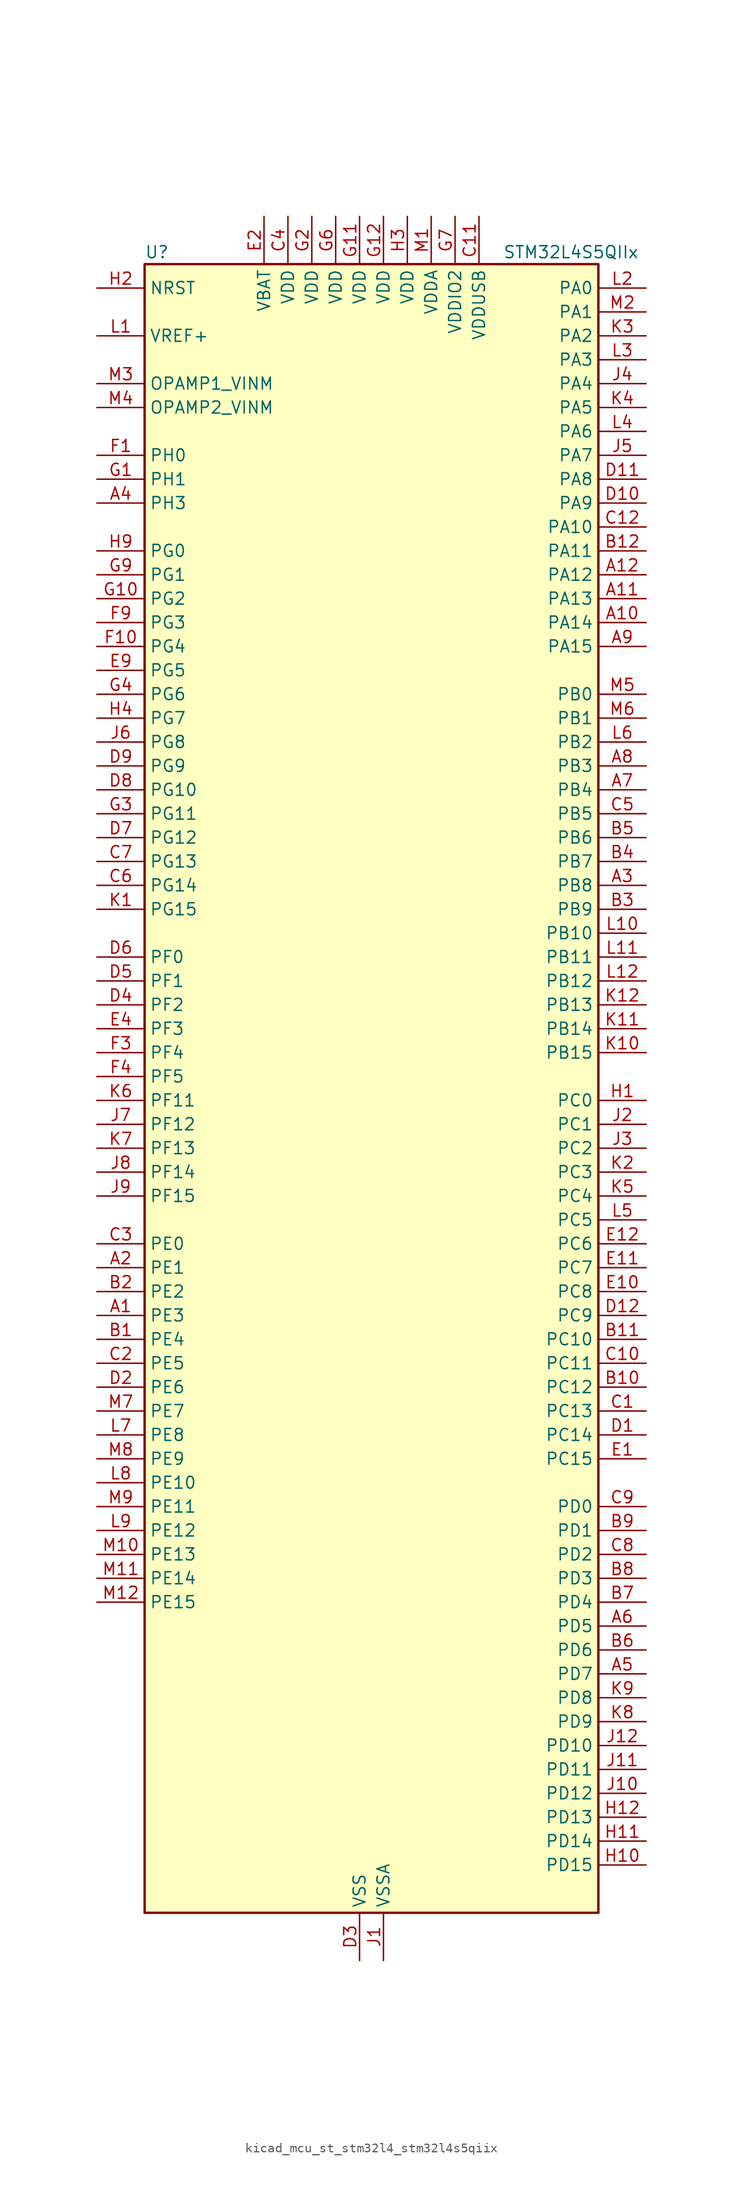
<source format=kicad_sym>
(kicad_symbol_lib
  (version 20220914)
  (generator kicad_symbol_editor)
  (symbol "kicad_mcu_st_stm32l4_stm32l4s5qiix"
    (property "Reference" "U"
      (at -22.86 90.17 0)
      (effects (font (size 1.27 1.27)) (justify left)))
    (property "Value" "STM32L4S5QIIx"
      (at 15.24 90.17 0)
      (effects (font (size 1.27 1.27)) (justify left)))
    (property "ki_locked" ""
      (at 0 0 0)
      (effects (font (size 1.27 1.27))))
    (symbol "kicad_mcu_st_stm32l4_stm32l4s5qiix_0_1"
      (rectangle (start -22.86 -86.36) (end 25.4 88.9) (stroke (width 0.254) (type default)) (fill (type background))))
    (symbol "kicad_mcu_st_stm32l4_stm32l4s5qiix_1_1"
      (pin bidirectional line (at -27.94 -22.86 0) (length 5.08) (name "PE3" (effects (font (size 1.27 1.27)))) (number "A1" (effects (font (size 1.27 1.27)))) (alternate "FMC_A19" bidirectional line) (alternate "OCTOSPIM_P1_DQS" bidirectional line) (alternate "SAI1_SD_B" bidirectional line) (alternate "SYS_TRACED0" bidirectional line) (alternate "TIM3_CH1" bidirectional line) (alternate "TSC_G7_IO2" bidirectional line))
      (pin bidirectional line (at 30.48 50.8 180) (length 5.08) (name "PA14" (effects (font (size 1.27 1.27)))) (number "A10" (effects (font (size 1.27 1.27)))) (alternate "I2C1_SMBA" bidirectional line) (alternate "I2C4_SMBA" bidirectional line) (alternate "LPTIM1_OUT" bidirectional line) (alternate "SAI1_FS_B" bidirectional line) (alternate "SYS_JTCK-SWCLK" bidirectional line) (alternate "USB_OTG_FS_SOF" bidirectional line))
      (pin bidirectional line (at 30.48 53.34 180) (length 5.08) (name "PA13" (effects (font (size 1.27 1.27)))) (number "A11" (effects (font (size 1.27 1.27)))) (alternate "IR_OUT" bidirectional line) (alternate "SAI1_SD_B" bidirectional line) (alternate "SYS_JTMS-SWDIO" bidirectional line) (alternate "USB_OTG_FS_NOE" bidirectional line))
      (pin bidirectional line (at 30.48 55.88 180) (length 5.08) (name "PA12" (effects (font (size 1.27 1.27)))) (number "A12" (effects (font (size 1.27 1.27)))) (alternate "CAN1_TX" bidirectional line) (alternate "SPI1_MOSI" bidirectional line) (alternate "TIM1_ETR" bidirectional line) (alternate "USART1_DE" bidirectional line) (alternate "USART1_RTS" bidirectional line) (alternate "USB_OTG_FS_DP" bidirectional line))
      (pin bidirectional line (at -27.94 -17.78 0) (length 5.08) (name "PE1" (effects (font (size 1.27 1.27)))) (number "A2" (effects (font (size 1.27 1.27)))) (alternate "DCMI_D3" bidirectional line) (alternate "FMC_NBL1" bidirectional line) (alternate "TIM17_CH1" bidirectional line))
      (pin bidirectional line (at 30.48 22.86 180) (length 5.08) (name "PB8" (effects (font (size 1.27 1.27)))) (number "A3" (effects (font (size 1.27 1.27)))) (alternate "CAN1_RX" bidirectional line) (alternate "DCMI_D6" bidirectional line) (alternate "DFSDM1_CKOUT" bidirectional line) (alternate "DFSDM1_DATIN6" bidirectional line) (alternate "I2C1_SCL" bidirectional line) (alternate "SAI1_CK1" bidirectional line) (alternate "SAI1_MCLK_A" bidirectional line) (alternate "SDMMC1_CKIN" bidirectional line) (alternate "SDMMC1_D4" bidirectional line) (alternate "TIM16_CH1" bidirectional line) (alternate "TIM4_CH3" bidirectional line))
      (pin bidirectional line (at -27.94 63.5 0) (length 5.08) (name "PH3" (effects (font (size 1.27 1.27)))) (number "A4" (effects (font (size 1.27 1.27)))))
      (pin bidirectional line (at 30.48 -60.96 180) (length 5.08) (name "PD7" (effects (font (size 1.27 1.27)))) (number "A5" (effects (font (size 1.27 1.27)))) (alternate "DFSDM1_CKIN1" bidirectional line) (alternate "FMC_NCE" bidirectional line) (alternate "FMC_NE1" bidirectional line) (alternate "OCTOSPIM_P1_IO7" bidirectional line) (alternate "USART2_CK" bidirectional line))
      (pin bidirectional line (at 30.48 -55.88 180) (length 5.08) (name "PD5" (effects (font (size 1.27 1.27)))) (number "A6" (effects (font (size 1.27 1.27)))) (alternate "FMC_NWE" bidirectional line) (alternate "OCTOSPIM_P1_IO5" bidirectional line) (alternate "USART2_TX" bidirectional line))
      (pin bidirectional line (at 30.48 33.02 180) (length 5.08) (name "PB4" (effects (font (size 1.27 1.27)))) (number "A7" (effects (font (size 1.27 1.27)))) (alternate "COMP2_INP" bidirectional line) (alternate "DCMI_D12" bidirectional line) (alternate "I2C3_SDA" bidirectional line) (alternate "SAI1_MCLK_B" bidirectional line) (alternate "SPI1_MISO" bidirectional line) (alternate "SPI3_MISO" bidirectional line) (alternate "SYS_JTRST" bidirectional line) (alternate "TIM17_BKIN" bidirectional line) (alternate "TIM3_CH1" bidirectional line) (alternate "TSC_G2_IO1" bidirectional line) (alternate "UART5_DE" bidirectional line) (alternate "UART5_RTS" bidirectional line) (alternate "USART1_CTS" bidirectional line) (alternate "USART1_NSS" bidirectional line))
      (pin bidirectional line (at 30.48 35.56 180) (length 5.08) (name "PB3" (effects (font (size 1.27 1.27)))) (number "A8" (effects (font (size 1.27 1.27)))) (alternate "COMP2_INM" bidirectional line) (alternate "CRS_SYNC" bidirectional line) (alternate "SAI1_SCK_B" bidirectional line) (alternate "SPI1_SCK" bidirectional line) (alternate "SPI3_SCK" bidirectional line) (alternate "SYS_JTDO-SWO" bidirectional line) (alternate "TIM2_CH2" bidirectional line) (alternate "USART1_DE" bidirectional line) (alternate "USART1_RTS" bidirectional line))
      (pin bidirectional line (at 30.48 48.26 180) (length 5.08) (name "PA15" (effects (font (size 1.27 1.27)))) (number "A9" (effects (font (size 1.27 1.27)))) (alternate "ADC1_EXTI15" bidirectional line) (alternate "SAI2_FS_B" bidirectional line) (alternate "SPI1_NSS" bidirectional line) (alternate "SPI3_NSS" bidirectional line) (alternate "SYS_JTDI" bidirectional line) (alternate "TIM2_CH1" bidirectional line) (alternate "TIM2_ETR" bidirectional line) (alternate "TSC_G3_IO1" bidirectional line) (alternate "UART4_DE" bidirectional line) (alternate "UART4_RTS" bidirectional line) (alternate "USART2_RX" bidirectional line) (alternate "USART3_DE" bidirectional line) (alternate "USART3_RTS" bidirectional line))
      (pin bidirectional line (at -27.94 -25.4 0) (length 5.08) (name "PE4" (effects (font (size 1.27 1.27)))) (number "B1" (effects (font (size 1.27 1.27)))) (alternate "DCMI_D4" bidirectional line) (alternate "DFSDM1_DATIN3" bidirectional line) (alternate "FMC_A20" bidirectional line) (alternate "SAI1_D2" bidirectional line) (alternate "SAI1_FS_A" bidirectional line) (alternate "SYS_TRACED1" bidirectional line) (alternate "TIM3_CH2" bidirectional line) (alternate "TSC_G7_IO3" bidirectional line))
      (pin bidirectional line (at 30.48 -30.48 180) (length 5.08) (name "PC12" (effects (font (size 1.27 1.27)))) (number "B10" (effects (font (size 1.27 1.27)))) (alternate "DCMI_D9" bidirectional line) (alternate "SAI2_SD_B" bidirectional line) (alternate "SDMMC1_CK" bidirectional line) (alternate "SPI3_MOSI" bidirectional line) (alternate "SYS_TRACED3" bidirectional line) (alternate "TSC_G3_IO4" bidirectional line) (alternate "UART5_TX" bidirectional line) (alternate "USART3_CK" bidirectional line))
      (pin bidirectional line (at 30.48 -25.4 180) (length 5.08) (name "PC10" (effects (font (size 1.27 1.27)))) (number "B11" (effects (font (size 1.27 1.27)))) (alternate "DCMI_D8" bidirectional line) (alternate "SAI2_SCK_B" bidirectional line) (alternate "SDMMC1_D2" bidirectional line) (alternate "SPI3_SCK" bidirectional line) (alternate "SYS_TRACED1" bidirectional line) (alternate "TSC_G3_IO2" bidirectional line) (alternate "UART4_TX" bidirectional line) (alternate "USART3_TX" bidirectional line))
      (pin bidirectional line (at 30.48 58.42 180) (length 5.08) (name "PA11" (effects (font (size 1.27 1.27)))) (number "B12" (effects (font (size 1.27 1.27)))) (alternate "ADC1_EXTI11" bidirectional line) (alternate "CAN1_RX" bidirectional line) (alternate "SPI1_MISO" bidirectional line) (alternate "TIM1_BKIN2" bidirectional line) (alternate "TIM1_CH4" bidirectional line) (alternate "USART1_CTS" bidirectional line) (alternate "USART1_NSS" bidirectional line) (alternate "USB_OTG_FS_DM" bidirectional line))
      (pin bidirectional line (at -27.94 -20.32 0) (length 5.08) (name "PE2" (effects (font (size 1.27 1.27)))) (number "B2" (effects (font (size 1.27 1.27)))) (alternate "FMC_A23" bidirectional line) (alternate "SAI1_CK1" bidirectional line) (alternate "SAI1_MCLK_A" bidirectional line) (alternate "SYS_TRACECLK" bidirectional line) (alternate "TIM3_ETR" bidirectional line) (alternate "TSC_G7_IO1" bidirectional line))
      (pin bidirectional line (at 30.48 20.32 180) (length 5.08) (name "PB9" (effects (font (size 1.27 1.27)))) (number "B3" (effects (font (size 1.27 1.27)))) (alternate "CAN1_TX" bidirectional line) (alternate "DAC1_EXTI9" bidirectional line) (alternate "DCMI_D7" bidirectional line) (alternate "DFSDM1_CKIN6" bidirectional line) (alternate "I2C1_SDA" bidirectional line) (alternate "IR_OUT" bidirectional line) (alternate "SAI1_D2" bidirectional line) (alternate "SAI1_FS_A" bidirectional line) (alternate "SDMMC1_CDIR" bidirectional line) (alternate "SDMMC1_D5" bidirectional line) (alternate "SPI2_NSS" bidirectional line) (alternate "TIM17_CH1" bidirectional line) (alternate "TIM4_CH4" bidirectional line))
      (pin bidirectional line (at 30.48 25.4 180) (length 5.08) (name "PB7" (effects (font (size 1.27 1.27)))) (number "B4" (effects (font (size 1.27 1.27)))) (alternate "COMP2_INM" bidirectional line) (alternate "DCMI_VSYNC" bidirectional line) (alternate "DFSDM1_CKIN5" bidirectional line) (alternate "FMC_NL" bidirectional line) (alternate "I2C1_SDA" bidirectional line) (alternate "I2C4_SDA" bidirectional line) (alternate "LPTIM1_IN2" bidirectional line) (alternate "SYS_PVD_IN" bidirectional line) (alternate "TIM17_CH1N" bidirectional line) (alternate "TIM4_CH2" bidirectional line) (alternate "TIM8_BKIN" bidirectional line) (alternate "TSC_G2_IO4" bidirectional line) (alternate "UART4_CTS" bidirectional line) (alternate "USART1_RX" bidirectional line))
      (pin bidirectional line (at 30.48 27.94 180) (length 5.08) (name "PB6" (effects (font (size 1.27 1.27)))) (number "B5" (effects (font (size 1.27 1.27)))) (alternate "COMP2_INP" bidirectional line) (alternate "DCMI_D5" bidirectional line) (alternate "DFSDM1_DATIN5" bidirectional line) (alternate "I2C1_SCL" bidirectional line) (alternate "I2C4_SCL" bidirectional line) (alternate "LPTIM1_ETR" bidirectional line) (alternate "SAI1_FS_B" bidirectional line) (alternate "TIM16_CH1N" bidirectional line) (alternate "TIM4_CH1" bidirectional line) (alternate "TIM8_BKIN2" bidirectional line) (alternate "TSC_G2_IO3" bidirectional line) (alternate "USART1_TX" bidirectional line))
      (pin bidirectional line (at 30.48 -58.42 180) (length 5.08) (name "PD6" (effects (font (size 1.27 1.27)))) (number "B6" (effects (font (size 1.27 1.27)))) (alternate "DCMI_D10" bidirectional line) (alternate "DFSDM1_DATIN1" bidirectional line) (alternate "FMC_NWAIT" bidirectional line) (alternate "OCTOSPIM_P1_IO6" bidirectional line) (alternate "SAI1_D1" bidirectional line) (alternate "SAI1_SD_A" bidirectional line) (alternate "SPI3_MOSI" bidirectional line) (alternate "USART2_RX" bidirectional line))
      (pin bidirectional line (at 30.48 -53.34 180) (length 5.08) (name "PD4" (effects (font (size 1.27 1.27)))) (number "B7" (effects (font (size 1.27 1.27)))) (alternate "DFSDM1_CKIN0" bidirectional line) (alternate "FMC_NOE" bidirectional line) (alternate "OCTOSPIM_P1_IO4" bidirectional line) (alternate "SPI2_MOSI" bidirectional line) (alternate "USART2_DE" bidirectional line) (alternate "USART2_RTS" bidirectional line))
      (pin bidirectional line (at 30.48 -50.8 180) (length 5.08) (name "PD3" (effects (font (size 1.27 1.27)))) (number "B8" (effects (font (size 1.27 1.27)))) (alternate "DCMI_D5" bidirectional line) (alternate "DFSDM1_DATIN0" bidirectional line) (alternate "FMC_CLK" bidirectional line) (alternate "OCTOSPIM_P2_NCS" bidirectional line) (alternate "SPI2_MISO" bidirectional line) (alternate "SPI2_SCK" bidirectional line) (alternate "USART2_CTS" bidirectional line) (alternate "USART2_NSS" bidirectional line))
      (pin bidirectional line (at 30.48 -45.72 180) (length 5.08) (name "PD1" (effects (font (size 1.27 1.27)))) (number "B9" (effects (font (size 1.27 1.27)))) (alternate "CAN1_TX" bidirectional line) (alternate "DFSDM1_CKIN7" bidirectional line) (alternate "FMC_D3" bidirectional line) (alternate "FMC_DA3" bidirectional line) (alternate "SPI2_SCK" bidirectional line))
      (pin bidirectional line (at 30.48 -33.02 180) (length 5.08) (name "PC13" (effects (font (size 1.27 1.27)))) (number "C1" (effects (font (size 1.27 1.27)))) (alternate "RTC_OUT_ALARM" bidirectional line) (alternate "RTC_OUT_CALIB" bidirectional line) (alternate "RTC_TAMP1" bidirectional line) (alternate "RTC_TS" bidirectional line) (alternate "SYS_WKUP2" bidirectional line))
      (pin bidirectional line (at 30.48 -27.94 180) (length 5.08) (name "PC11" (effects (font (size 1.27 1.27)))) (number "C10" (effects (font (size 1.27 1.27)))) (alternate "ADC1_EXTI11" bidirectional line) (alternate "DCMI_D2" bidirectional line) (alternate "DCMI_D4" bidirectional line) (alternate "OCTOSPIM_P1_NCS" bidirectional line) (alternate "SAI2_MCLK_B" bidirectional line) (alternate "SDMMC1_D3" bidirectional line) (alternate "SPI3_MISO" bidirectional line) (alternate "TSC_G3_IO3" bidirectional line) (alternate "UART4_RX" bidirectional line) (alternate "USART3_RX" bidirectional line))
      (pin power_in line (at 12.7 93.98 270) (length 5.08) (name "VDDUSB" (effects (font (size 1.27 1.27)))) (number "C11" (effects (font (size 1.27 1.27)))))
      (pin bidirectional line (at 30.48 60.96 180) (length 5.08) (name "PA10" (effects (font (size 1.27 1.27)))) (number "C12" (effects (font (size 1.27 1.27)))) (alternate "DCMI_D1" bidirectional line) (alternate "SAI1_D1" bidirectional line) (alternate "SAI1_SD_A" bidirectional line) (alternate "TIM17_BKIN" bidirectional line) (alternate "TIM1_CH3" bidirectional line) (alternate "USART1_RX" bidirectional line) (alternate "USB_OTG_FS_ID" bidirectional line))
      (pin bidirectional line (at -27.94 -27.94 0) (length 5.08) (name "PE5" (effects (font (size 1.27 1.27)))) (number "C2" (effects (font (size 1.27 1.27)))) (alternate "DCMI_D6" bidirectional line) (alternate "DFSDM1_CKIN3" bidirectional line) (alternate "FMC_A21" bidirectional line) (alternate "SAI1_CK2" bidirectional line) (alternate "SAI1_SCK_A" bidirectional line) (alternate "SYS_TRACED2" bidirectional line) (alternate "TIM3_CH3" bidirectional line) (alternate "TSC_G7_IO4" bidirectional line))
      (pin bidirectional line (at -27.94 -15.24 0) (length 5.08) (name "PE0" (effects (font (size 1.27 1.27)))) (number "C3" (effects (font (size 1.27 1.27)))) (alternate "DCMI_D2" bidirectional line) (alternate "FMC_NBL0" bidirectional line) (alternate "TIM16_CH1" bidirectional line) (alternate "TIM4_ETR" bidirectional line))
      (pin power_in line (at -7.62 93.98 270) (length 5.08) (name "VDD" (effects (font (size 1.27 1.27)))) (number "C4" (effects (font (size 1.27 1.27)))))
      (pin bidirectional line (at 30.48 30.48 180) (length 5.08) (name "PB5" (effects (font (size 1.27 1.27)))) (number "C5" (effects (font (size 1.27 1.27)))) (alternate "COMP2_OUT" bidirectional line) (alternate "DCMI_D10" bidirectional line) (alternate "I2C1_SMBA" bidirectional line) (alternate "LPTIM1_IN1" bidirectional line) (alternate "SAI1_SD_B" bidirectional line) (alternate "SPI1_MOSI" bidirectional line) (alternate "SPI3_MOSI" bidirectional line) (alternate "TIM16_BKIN" bidirectional line) (alternate "TIM3_CH2" bidirectional line) (alternate "TSC_G2_IO2" bidirectional line) (alternate "UART5_CTS" bidirectional line) (alternate "USART1_CK" bidirectional line))
      (pin bidirectional line (at -27.94 22.86 0) (length 5.08) (name "PG14" (effects (font (size 1.27 1.27)))) (number "C6" (effects (font (size 1.27 1.27)))) (alternate "FMC_A25" bidirectional line) (alternate "I2C1_SCL" bidirectional line))
      (pin bidirectional line (at -27.94 25.4 0) (length 5.08) (name "PG13" (effects (font (size 1.27 1.27)))) (number "C7" (effects (font (size 1.27 1.27)))) (alternate "FMC_A24" bidirectional line) (alternate "I2C1_SDA" bidirectional line) (alternate "USART1_CK" bidirectional line))
      (pin bidirectional line (at 30.48 -48.26 180) (length 5.08) (name "PD2" (effects (font (size 1.27 1.27)))) (number "C8" (effects (font (size 1.27 1.27)))) (alternate "DCMI_D11" bidirectional line) (alternate "SDMMC1_CMD" bidirectional line) (alternate "SYS_TRACED2" bidirectional line) (alternate "TIM3_ETR" bidirectional line) (alternate "TSC_SYNC" bidirectional line) (alternate "UART5_RX" bidirectional line) (alternate "USART3_DE" bidirectional line) (alternate "USART3_RTS" bidirectional line))
      (pin bidirectional line (at 30.48 -43.18 180) (length 5.08) (name "PD0" (effects (font (size 1.27 1.27)))) (number "C9" (effects (font (size 1.27 1.27)))) (alternate "CAN1_RX" bidirectional line) (alternate "DFSDM1_DATIN7" bidirectional line) (alternate "FMC_D2" bidirectional line) (alternate "FMC_DA2" bidirectional line) (alternate "SPI2_NSS" bidirectional line))
      (pin bidirectional line (at 30.48 -35.56 180) (length 5.08) (name "PC14" (effects (font (size 1.27 1.27)))) (number "D1" (effects (font (size 1.27 1.27)))) (alternate "RCC_OSC32_IN" bidirectional line))
      (pin bidirectional line (at 30.48 63.5 180) (length 5.08) (name "PA9" (effects (font (size 1.27 1.27)))) (number "D10" (effects (font (size 1.27 1.27)))) (alternate "DAC1_EXTI9" bidirectional line) (alternate "DCMI_D0" bidirectional line) (alternate "SAI1_FS_A" bidirectional line) (alternate "SPI2_SCK" bidirectional line) (alternate "TIM15_BKIN" bidirectional line) (alternate "TIM1_CH2" bidirectional line) (alternate "USART1_TX" bidirectional line) (alternate "USB_OTG_FS_VBUS" bidirectional line))
      (pin bidirectional line (at 30.48 66.04 180) (length 5.08) (name "PA8" (effects (font (size 1.27 1.27)))) (number "D11" (effects (font (size 1.27 1.27)))) (alternate "LPTIM2_OUT" bidirectional line) (alternate "RCC_MCO" bidirectional line) (alternate "SAI1_CK2" bidirectional line) (alternate "SAI1_SCK_A" bidirectional line) (alternate "TIM1_CH1" bidirectional line) (alternate "USART1_CK" bidirectional line) (alternate "USB_OTG_FS_SOF" bidirectional line))
      (pin bidirectional line (at 30.48 -22.86 180) (length 5.08) (name "PC9" (effects (font (size 1.27 1.27)))) (number "D12" (effects (font (size 1.27 1.27)))) (alternate "DAC1_EXTI9" bidirectional line) (alternate "DCMI_D3" bidirectional line) (alternate "I2C3_SDA" bidirectional line) (alternate "SAI2_EXTCLK" bidirectional line) (alternate "SDMMC1_D1" bidirectional line) (alternate "SYS_TRACED0" bidirectional line) (alternate "TIM3_CH4" bidirectional line) (alternate "TIM8_BKIN2" bidirectional line) (alternate "TIM8_CH4" bidirectional line) (alternate "TSC_G4_IO4" bidirectional line) (alternate "USB_OTG_FS_NOE" bidirectional line))
      (pin bidirectional line (at -27.94 -30.48 0) (length 5.08) (name "PE6" (effects (font (size 1.27 1.27)))) (number "D2" (effects (font (size 1.27 1.27)))) (alternate "DCMI_D7" bidirectional line) (alternate "FMC_A22" bidirectional line) (alternate "RTC_TAMP3" bidirectional line) (alternate "SAI1_D1" bidirectional line) (alternate "SAI1_SD_A" bidirectional line) (alternate "SYS_TRACED3" bidirectional line) (alternate "SYS_WKUP3" bidirectional line) (alternate "TIM3_CH4" bidirectional line))
      (pin power_in line (at 0 -91.44 90) (length 5.08) (name "VSS" (effects (font (size 1.27 1.27)))) (number "D3" (effects (font (size 1.27 1.27)))))
      (pin bidirectional line (at -27.94 10.16 0) (length 5.08) (name "PF2" (effects (font (size 1.27 1.27)))) (number "D4" (effects (font (size 1.27 1.27)))) (alternate "FMC_A2" bidirectional line) (alternate "I2C2_SMBA" bidirectional line) (alternate "OCTOSPIM_P2_IO2" bidirectional line))
      (pin bidirectional line (at -27.94 12.7 0) (length 5.08) (name "PF1" (effects (font (size 1.27 1.27)))) (number "D5" (effects (font (size 1.27 1.27)))) (alternate "FMC_A1" bidirectional line) (alternate "I2C2_SCL" bidirectional line) (alternate "OCTOSPIM_P2_IO1" bidirectional line))
      (pin bidirectional line (at -27.94 15.24 0) (length 5.08) (name "PF0" (effects (font (size 1.27 1.27)))) (number "D6" (effects (font (size 1.27 1.27)))) (alternate "FMC_A0" bidirectional line) (alternate "I2C2_SDA" bidirectional line) (alternate "OCTOSPIM_P2_IO0" bidirectional line))
      (pin bidirectional line (at -27.94 27.94 0) (length 5.08) (name "PG12" (effects (font (size 1.27 1.27)))) (number "D7" (effects (font (size 1.27 1.27)))) (alternate "FMC_NE4" bidirectional line) (alternate "LPTIM1_ETR" bidirectional line) (alternate "OCTOSPIM_P2_NCS" bidirectional line) (alternate "SAI2_SD_A" bidirectional line) (alternate "SPI3_NSS" bidirectional line) (alternate "USART1_DE" bidirectional line) (alternate "USART1_RTS" bidirectional line))
      (pin bidirectional line (at -27.94 33.02 0) (length 5.08) (name "PG10" (effects (font (size 1.27 1.27)))) (number "D8" (effects (font (size 1.27 1.27)))) (alternate "FMC_NE3" bidirectional line) (alternate "LPTIM1_IN1" bidirectional line) (alternate "OCTOSPIM_P2_IO7" bidirectional line) (alternate "SAI2_FS_A" bidirectional line) (alternate "SPI3_MISO" bidirectional line) (alternate "TIM15_CH1" bidirectional line) (alternate "USART1_RX" bidirectional line))
      (pin bidirectional line (at -27.94 35.56 0) (length 5.08) (name "PG9" (effects (font (size 1.27 1.27)))) (number "D9" (effects (font (size 1.27 1.27)))) (alternate "DAC1_EXTI9" bidirectional line) (alternate "FMC_NCE" bidirectional line) (alternate "FMC_NE2" bidirectional line) (alternate "OCTOSPIM_P2_IO6" bidirectional line) (alternate "SAI2_SCK_A" bidirectional line) (alternate "SPI3_SCK" bidirectional line) (alternate "TIM15_CH1N" bidirectional line) (alternate "USART1_TX" bidirectional line))
      (pin bidirectional line (at 30.48 -38.1 180) (length 5.08) (name "PC15" (effects (font (size 1.27 1.27)))) (number "E1" (effects (font (size 1.27 1.27)))) (alternate "ADC1_EXTI15" bidirectional line) (alternate "RCC_OSC32_OUT" bidirectional line))
      (pin bidirectional line (at 30.48 -20.32 180) (length 5.08) (name "PC8" (effects (font (size 1.27 1.27)))) (number "E10" (effects (font (size 1.27 1.27)))) (alternate "DCMI_D2" bidirectional line) (alternate "SDMMC1_D0" bidirectional line) (alternate "TIM3_CH3" bidirectional line) (alternate "TIM8_CH3" bidirectional line) (alternate "TSC_G4_IO3" bidirectional line))
      (pin bidirectional line (at 30.48 -17.78 180) (length 5.08) (name "PC7" (effects (font (size 1.27 1.27)))) (number "E11" (effects (font (size 1.27 1.27)))) (alternate "DCMI_D1" bidirectional line) (alternate "DFSDM1_DATIN3" bidirectional line) (alternate "SAI2_MCLK_B" bidirectional line) (alternate "SDMMC1_D123DIR" bidirectional line) (alternate "SDMMC1_D7" bidirectional line) (alternate "TIM3_CH2" bidirectional line) (alternate "TIM8_CH2" bidirectional line) (alternate "TSC_G4_IO2" bidirectional line))
      (pin bidirectional line (at 30.48 -15.24 180) (length 5.08) (name "PC6" (effects (font (size 1.27 1.27)))) (number "E12" (effects (font (size 1.27 1.27)))) (alternate "DCMI_D0" bidirectional line) (alternate "DFSDM1_CKIN3" bidirectional line) (alternate "SAI2_MCLK_A" bidirectional line) (alternate "SDMMC1_D0DIR" bidirectional line) (alternate "SDMMC1_D6" bidirectional line) (alternate "TIM3_CH1" bidirectional line) (alternate "TIM8_CH1" bidirectional line) (alternate "TSC_G4_IO1" bidirectional line))
      (pin power_in line (at -10.16 93.98 270) (length 5.08) (name "VBAT" (effects (font (size 1.27 1.27)))) (number "E2" (effects (font (size 1.27 1.27)))))
      (pin passive line (at 0 -91.44 90) (length 5.08) hide (name "VSS" (effects (font (size 1.27 1.27)))) (number "E3" (effects (font (size 1.27 1.27)))))
      (pin bidirectional line (at -27.94 7.62 0) (length 5.08) (name "PF3" (effects (font (size 1.27 1.27)))) (number "E4" (effects (font (size 1.27 1.27)))) (alternate "FMC_A3" bidirectional line) (alternate "OCTOSPIM_P2_IO3" bidirectional line))
      (pin bidirectional line (at -27.94 45.72 0) (length 5.08) (name "PG5" (effects (font (size 1.27 1.27)))) (number "E9" (effects (font (size 1.27 1.27)))) (alternate "FMC_A15" bidirectional line) (alternate "LPUART1_CTS" bidirectional line) (alternate "SAI2_SD_B" bidirectional line) (alternate "SPI1_NSS" bidirectional line))
      (pin bidirectional line (at -27.94 68.58 0) (length 5.08) (name "PH0" (effects (font (size 1.27 1.27)))) (number "F1" (effects (font (size 1.27 1.27)))) (alternate "RCC_OSC_IN" bidirectional line))
      (pin bidirectional line (at -27.94 48.26 0) (length 5.08) (name "PG4" (effects (font (size 1.27 1.27)))) (number "F10" (effects (font (size 1.27 1.27)))) (alternate "FMC_A14" bidirectional line) (alternate "SAI2_MCLK_B" bidirectional line) (alternate "SPI1_MOSI" bidirectional line))
      (pin passive line (at 0 -91.44 90) (length 5.08) hide (name "VSS" (effects (font (size 1.27 1.27)))) (number "F11" (effects (font (size 1.27 1.27)))))
      (pin passive line (at 0 -91.44 90) (length 5.08) hide (name "VSS" (effects (font (size 1.27 1.27)))) (number "F12" (effects (font (size 1.27 1.27)))))
      (pin passive line (at 0 -91.44 90) (length 5.08) hide (name "VSS" (effects (font (size 1.27 1.27)))) (number "F2" (effects (font (size 1.27 1.27)))))
      (pin bidirectional line (at -27.94 5.08 0) (length 5.08) (name "PF4" (effects (font (size 1.27 1.27)))) (number "F3" (effects (font (size 1.27 1.27)))) (alternate "FMC_A4" bidirectional line) (alternate "OCTOSPIM_P2_CLK" bidirectional line))
      (pin bidirectional line (at -27.94 2.54 0) (length 5.08) (name "PF5" (effects (font (size 1.27 1.27)))) (number "F4" (effects (font (size 1.27 1.27)))) (alternate "FMC_A5" bidirectional line))
      (pin passive line (at 0 -91.44 90) (length 5.08) hide (name "VSS" (effects (font (size 1.27 1.27)))) (number "F6" (effects (font (size 1.27 1.27)))))
      (pin passive line (at 0 -91.44 90) (length 5.08) hide (name "VSS" (effects (font (size 1.27 1.27)))) (number "F7" (effects (font (size 1.27 1.27)))))
      (pin bidirectional line (at -27.94 50.8 0) (length 5.08) (name "PG3" (effects (font (size 1.27 1.27)))) (number "F9" (effects (font (size 1.27 1.27)))) (alternate "FMC_A13" bidirectional line) (alternate "SAI2_FS_B" bidirectional line) (alternate "SPI1_MISO" bidirectional line))
      (pin bidirectional line (at -27.94 66.04 0) (length 5.08) (name "PH1" (effects (font (size 1.27 1.27)))) (number "G1" (effects (font (size 1.27 1.27)))) (alternate "RCC_OSC_OUT" bidirectional line))
      (pin bidirectional line (at -27.94 53.34 0) (length 5.08) (name "PG2" (effects (font (size 1.27 1.27)))) (number "G10" (effects (font (size 1.27 1.27)))) (alternate "FMC_A12" bidirectional line) (alternate "SAI2_SCK_B" bidirectional line) (alternate "SPI1_SCK" bidirectional line))
      (pin power_in line (at 0 93.98 270) (length 5.08) (name "VDD" (effects (font (size 1.27 1.27)))) (number "G11" (effects (font (size 1.27 1.27)))))
      (pin power_in line (at 2.54 93.98 270) (length 5.08) (name "VDD" (effects (font (size 1.27 1.27)))) (number "G12" (effects (font (size 1.27 1.27)))))
      (pin power_in line (at -5.08 93.98 270) (length 5.08) (name "VDD" (effects (font (size 1.27 1.27)))) (number "G2" (effects (font (size 1.27 1.27)))))
      (pin bidirectional line (at -27.94 30.48 0) (length 5.08) (name "PG11" (effects (font (size 1.27 1.27)))) (number "G3" (effects (font (size 1.27 1.27)))) (alternate "ADC1_EXTI11" bidirectional line) (alternate "LPTIM1_IN2" bidirectional line) (alternate "OCTOSPIM_P1_IO5" bidirectional line) (alternate "SAI2_MCLK_A" bidirectional line) (alternate "SPI3_MOSI" bidirectional line) (alternate "TIM15_CH2" bidirectional line) (alternate "USART1_CTS" bidirectional line) (alternate "USART1_NSS" bidirectional line))
      (pin bidirectional line (at -27.94 43.18 0) (length 5.08) (name "PG6" (effects (font (size 1.27 1.27)))) (number "G4" (effects (font (size 1.27 1.27)))) (alternate "I2C3_SMBA" bidirectional line) (alternate "LPUART1_DE" bidirectional line) (alternate "LPUART1_RTS" bidirectional line) (alternate "OCTOSPIM_P1_DQS" bidirectional line))
      (pin power_in line (at -2.54 93.98 270) (length 5.08) (name "VDD" (effects (font (size 1.27 1.27)))) (number "G6" (effects (font (size 1.27 1.27)))))
      (pin power_in line (at 10.16 93.98 270) (length 5.08) (name "VDDIO2" (effects (font (size 1.27 1.27)))) (number "G7" (effects (font (size 1.27 1.27)))))
      (pin bidirectional line (at -27.94 55.88 0) (length 5.08) (name "PG1" (effects (font (size 1.27 1.27)))) (number "G9" (effects (font (size 1.27 1.27)))) (alternate "FMC_A11" bidirectional line) (alternate "OCTOSPIM_P2_IO5" bidirectional line) (alternate "TSC_G8_IO4" bidirectional line))
      (pin bidirectional line (at 30.48 0 180) (length 5.08) (name "PC0" (effects (font (size 1.27 1.27)))) (number "H1" (effects (font (size 1.27 1.27)))) (alternate "ADC1_IN1" bidirectional line) (alternate "DFSDM1_DATIN4" bidirectional line) (alternate "I2C3_SCL" bidirectional line) (alternate "LPTIM1_IN1" bidirectional line) (alternate "LPTIM2_IN1" bidirectional line) (alternate "LPUART1_RX" bidirectional line) (alternate "SAI2_FS_A" bidirectional line))
      (pin bidirectional line (at 30.48 -81.28 180) (length 5.08) (name "PD15" (effects (font (size 1.27 1.27)))) (number "H10" (effects (font (size 1.27 1.27)))) (alternate "ADC1_EXTI15" bidirectional line) (alternate "FMC_D1" bidirectional line) (alternate "FMC_DA1" bidirectional line) (alternate "TIM4_CH4" bidirectional line))
      (pin bidirectional line (at 30.48 -78.74 180) (length 5.08) (name "PD14" (effects (font (size 1.27 1.27)))) (number "H11" (effects (font (size 1.27 1.27)))) (alternate "FMC_D0" bidirectional line) (alternate "FMC_DA0" bidirectional line) (alternate "TIM4_CH3" bidirectional line))
      (pin bidirectional line (at 30.48 -76.2 180) (length 5.08) (name "PD13" (effects (font (size 1.27 1.27)))) (number "H12" (effects (font (size 1.27 1.27)))) (alternate "FMC_A18" bidirectional line) (alternate "I2C4_SDA" bidirectional line) (alternate "LPTIM2_OUT" bidirectional line) (alternate "TIM4_CH2" bidirectional line) (alternate "TSC_G6_IO4" bidirectional line))
      (pin input line (at -27.94 86.36 0) (length 5.08) (name "NRST" (effects (font (size 1.27 1.27)))) (number "H2" (effects (font (size 1.27 1.27)))))
      (pin power_in line (at 5.08 93.98 270) (length 5.08) (name "VDD" (effects (font (size 1.27 1.27)))) (number "H3" (effects (font (size 1.27 1.27)))))
      (pin bidirectional line (at -27.94 40.64 0) (length 5.08) (name "PG7" (effects (font (size 1.27 1.27)))) (number "H4" (effects (font (size 1.27 1.27)))) (alternate "DFSDM1_CKOUT" bidirectional line) (alternate "FMC_INT" bidirectional line) (alternate "I2C3_SCL" bidirectional line) (alternate "LPUART1_TX" bidirectional line) (alternate "OCTOSPIM_P2_DQS" bidirectional line) (alternate "SAI1_CK1" bidirectional line) (alternate "SAI1_MCLK_A" bidirectional line))
      (pin bidirectional line (at -27.94 58.42 0) (length 5.08) (name "PG0" (effects (font (size 1.27 1.27)))) (number "H9" (effects (font (size 1.27 1.27)))) (alternate "FMC_A10" bidirectional line) (alternate "OCTOSPIM_P2_IO4" bidirectional line) (alternate "TSC_G8_IO3" bidirectional line))
      (pin power_in line (at 2.54 -91.44 90) (length 5.08) (name "VSSA" (effects (font (size 1.27 1.27)))) (number "J1" (effects (font (size 1.27 1.27)))))
      (pin bidirectional line (at 30.48 -73.66 180) (length 5.08) (name "PD12" (effects (font (size 1.27 1.27)))) (number "J10" (effects (font (size 1.27 1.27)))) (alternate "FMC_A17" bidirectional line) (alternate "FMC_ALE" bidirectional line) (alternate "I2C4_SCL" bidirectional line) (alternate "LPTIM2_IN1" bidirectional line) (alternate "SAI2_FS_A" bidirectional line) (alternate "TIM4_CH1" bidirectional line) (alternate "TSC_G6_IO3" bidirectional line) (alternate "USART3_DE" bidirectional line) (alternate "USART3_RTS" bidirectional line))
      (pin bidirectional line (at 30.48 -71.12 180) (length 5.08) (name "PD11" (effects (font (size 1.27 1.27)))) (number "J11" (effects (font (size 1.27 1.27)))) (alternate "ADC1_EXTI11" bidirectional line) (alternate "FMC_A16" bidirectional line) (alternate "FMC_CLE" bidirectional line) (alternate "I2C4_SMBA" bidirectional line) (alternate "LPTIM2_ETR" bidirectional line) (alternate "SAI2_SD_A" bidirectional line) (alternate "TSC_G6_IO2" bidirectional line) (alternate "USART3_CTS" bidirectional line) (alternate "USART3_NSS" bidirectional line))
      (pin bidirectional line (at 30.48 -68.58 180) (length 5.08) (name "PD10" (effects (font (size 1.27 1.27)))) (number "J12" (effects (font (size 1.27 1.27)))) (alternate "FMC_D15" bidirectional line) (alternate "FMC_DA15" bidirectional line) (alternate "SAI2_SCK_A" bidirectional line) (alternate "TSC_G6_IO1" bidirectional line) (alternate "USART3_CK" bidirectional line))
      (pin bidirectional line (at 30.48 -2.54 180) (length 5.08) (name "PC1" (effects (font (size 1.27 1.27)))) (number "J2" (effects (font (size 1.27 1.27)))) (alternate "ADC1_IN2" bidirectional line) (alternate "DFSDM1_CKIN4" bidirectional line) (alternate "I2C3_SDA" bidirectional line) (alternate "LPTIM1_OUT" bidirectional line) (alternate "LPUART1_TX" bidirectional line) (alternate "OCTOSPIM_P1_IO4" bidirectional line) (alternate "SAI1_SD_A" bidirectional line) (alternate "SPI2_MOSI" bidirectional line) (alternate "SYS_TRACED0" bidirectional line))
      (pin bidirectional line (at 30.48 -5.08 180) (length 5.08) (name "PC2" (effects (font (size 1.27 1.27)))) (number "J3" (effects (font (size 1.27 1.27)))) (alternate "ADC1_IN3" bidirectional line) (alternate "DFSDM1_CKOUT" bidirectional line) (alternate "LPTIM1_IN2" bidirectional line) (alternate "OCTOSPIM_P1_IO5" bidirectional line) (alternate "SPI2_MISO" bidirectional line))
      (pin bidirectional line (at 30.48 76.2 180) (length 5.08) (name "PA4" (effects (font (size 1.27 1.27)))) (number "J4" (effects (font (size 1.27 1.27)))) (alternate "ADC1_IN9" bidirectional line) (alternate "DAC1_OUT1" bidirectional line) (alternate "DCMI_HSYNC" bidirectional line) (alternate "LPTIM2_OUT" bidirectional line) (alternate "OCTOSPIM_P1_NCS" bidirectional line) (alternate "SAI1_FS_B" bidirectional line) (alternate "SPI1_NSS" bidirectional line) (alternate "SPI3_NSS" bidirectional line) (alternate "USART2_CK" bidirectional line))
      (pin bidirectional line (at 30.48 68.58 180) (length 5.08) (name "PA7" (effects (font (size 1.27 1.27)))) (number "J5" (effects (font (size 1.27 1.27)))) (alternate "ADC1_IN12" bidirectional line) (alternate "I2C3_SCL" bidirectional line) (alternate "OCTOSPIM_P1_IO2" bidirectional line) (alternate "OPAMP2_VINM" bidirectional line) (alternate "SPI1_MOSI" bidirectional line) (alternate "TIM17_CH1" bidirectional line) (alternate "TIM1_CH1N" bidirectional line) (alternate "TIM3_CH2" bidirectional line) (alternate "TIM8_CH1N" bidirectional line))
      (pin bidirectional line (at -27.94 38.1 0) (length 5.08) (name "PG8" (effects (font (size 1.27 1.27)))) (number "J6" (effects (font (size 1.27 1.27)))) (alternate "I2C3_SDA" bidirectional line) (alternate "LPUART1_RX" bidirectional line))
      (pin bidirectional line (at -27.94 -2.54 0) (length 5.08) (name "PF12" (effects (font (size 1.27 1.27)))) (number "J7" (effects (font (size 1.27 1.27)))) (alternate "FMC_A6" bidirectional line) (alternate "OCTOSPIM_P2_DQS" bidirectional line))
      (pin bidirectional line (at -27.94 -7.62 0) (length 5.08) (name "PF14" (effects (font (size 1.27 1.27)))) (number "J8" (effects (font (size 1.27 1.27)))) (alternate "DFSDM1_CKIN6" bidirectional line) (alternate "FMC_A8" bidirectional line) (alternate "I2C4_SCL" bidirectional line) (alternate "TSC_G8_IO1" bidirectional line))
      (pin bidirectional line (at -27.94 -10.16 0) (length 5.08) (name "PF15" (effects (font (size 1.27 1.27)))) (number "J9" (effects (font (size 1.27 1.27)))) (alternate "ADC1_EXTI15" bidirectional line) (alternate "FMC_A9" bidirectional line) (alternate "I2C4_SDA" bidirectional line) (alternate "TSC_G8_IO2" bidirectional line))
      (pin bidirectional line (at -27.94 20.32 0) (length 5.08) (name "PG15" (effects (font (size 1.27 1.27)))) (number "K1" (effects (font (size 1.27 1.27)))) (alternate "ADC1_EXTI15" bidirectional line) (alternate "DCMI_D13" bidirectional line) (alternate "I2C1_SMBA" bidirectional line) (alternate "LPTIM1_OUT" bidirectional line) (alternate "OCTOSPIM_P2_DQS" bidirectional line))
      (pin bidirectional line (at 30.48 5.08 180) (length 5.08) (name "PB15" (effects (font (size 1.27 1.27)))) (number "K10" (effects (font (size 1.27 1.27)))) (alternate "ADC1_EXTI15" bidirectional line) (alternate "DFSDM1_CKIN2" bidirectional line) (alternate "RTC_REFIN" bidirectional line) (alternate "SAI2_SD_A" bidirectional line) (alternate "SPI2_MOSI" bidirectional line) (alternate "TIM15_CH2" bidirectional line) (alternate "TIM1_CH3N" bidirectional line) (alternate "TIM8_CH3N" bidirectional line) (alternate "TSC_G1_IO4" bidirectional line))
      (pin bidirectional line (at 30.48 7.62 180) (length 5.08) (name "PB14" (effects (font (size 1.27 1.27)))) (number "K11" (effects (font (size 1.27 1.27)))) (alternate "DFSDM1_DATIN2" bidirectional line) (alternate "I2C2_SDA" bidirectional line) (alternate "SAI2_MCLK_A" bidirectional line) (alternate "SPI2_MISO" bidirectional line) (alternate "TIM15_CH1" bidirectional line) (alternate "TIM1_CH2N" bidirectional line) (alternate "TIM8_CH2N" bidirectional line) (alternate "TSC_G1_IO3" bidirectional line) (alternate "USART3_DE" bidirectional line) (alternate "USART3_RTS" bidirectional line))
      (pin bidirectional line (at 30.48 10.16 180) (length 5.08) (name "PB13" (effects (font (size 1.27 1.27)))) (number "K12" (effects (font (size 1.27 1.27)))) (alternate "DFSDM1_CKIN1" bidirectional line) (alternate "I2C2_SCL" bidirectional line) (alternate "LPUART1_CTS" bidirectional line) (alternate "SAI2_SCK_A" bidirectional line) (alternate "SPI2_SCK" bidirectional line) (alternate "TIM15_CH1N" bidirectional line) (alternate "TIM1_CH1N" bidirectional line) (alternate "TSC_G1_IO2" bidirectional line) (alternate "USART3_CTS" bidirectional line) (alternate "USART3_NSS" bidirectional line))
      (pin bidirectional line (at 30.48 -7.62 180) (length 5.08) (name "PC3" (effects (font (size 1.27 1.27)))) (number "K2" (effects (font (size 1.27 1.27)))) (alternate "ADC1_IN4" bidirectional line) (alternate "LPTIM1_ETR" bidirectional line) (alternate "LPTIM2_ETR" bidirectional line) (alternate "OCTOSPIM_P1_IO6" bidirectional line) (alternate "SAI1_D1" bidirectional line) (alternate "SAI1_SD_A" bidirectional line) (alternate "SPI2_MOSI" bidirectional line))
      (pin bidirectional line (at 30.48 81.28 180) (length 5.08) (name "PA2" (effects (font (size 1.27 1.27)))) (number "K3" (effects (font (size 1.27 1.27)))) (alternate "ADC1_IN7" bidirectional line) (alternate "LPUART1_TX" bidirectional line) (alternate "OCTOSPIM_P1_NCS" bidirectional line) (alternate "RCC_LSCO" bidirectional line) (alternate "SAI2_EXTCLK" bidirectional line) (alternate "SYS_WKUP4" bidirectional line) (alternate "TIM15_CH1" bidirectional line) (alternate "TIM2_CH3" bidirectional line) (alternate "TIM5_CH3" bidirectional line) (alternate "USART2_TX" bidirectional line))
      (pin bidirectional line (at 30.48 73.66 180) (length 5.08) (name "PA5" (effects (font (size 1.27 1.27)))) (number "K4" (effects (font (size 1.27 1.27)))) (alternate "ADC1_IN10" bidirectional line) (alternate "DAC1_OUT2" bidirectional line) (alternate "LPTIM2_ETR" bidirectional line) (alternate "SPI1_SCK" bidirectional line) (alternate "TIM2_CH1" bidirectional line) (alternate "TIM2_ETR" bidirectional line) (alternate "TIM8_CH1N" bidirectional line))
      (pin bidirectional line (at 30.48 -10.16 180) (length 5.08) (name "PC4" (effects (font (size 1.27 1.27)))) (number "K5" (effects (font (size 1.27 1.27)))) (alternate "ADC1_IN13" bidirectional line) (alternate "COMP1_INM" bidirectional line) (alternate "OCTOSPIM_P1_IO7" bidirectional line) (alternate "USART3_TX" bidirectional line))
      (pin bidirectional line (at -27.94 0 0) (length 5.08) (name "PF11" (effects (font (size 1.27 1.27)))) (number "K6" (effects (font (size 1.27 1.27)))) (alternate "ADC1_EXTI11" bidirectional line) (alternate "DCMI_D12" bidirectional line))
      (pin bidirectional line (at -27.94 -5.08 0) (length 5.08) (name "PF13" (effects (font (size 1.27 1.27)))) (number "K7" (effects (font (size 1.27 1.27)))) (alternate "DFSDM1_DATIN6" bidirectional line) (alternate "FMC_A7" bidirectional line) (alternate "I2C4_SMBA" bidirectional line))
      (pin bidirectional line (at 30.48 -66.04 180) (length 5.08) (name "PD9" (effects (font (size 1.27 1.27)))) (number "K8" (effects (font (size 1.27 1.27)))) (alternate "DAC1_EXTI9" bidirectional line) (alternate "DCMI_PIXCLK" bidirectional line) (alternate "FMC_D14" bidirectional line) (alternate "FMC_DA14" bidirectional line) (alternate "SAI2_MCLK_A" bidirectional line) (alternate "USART3_RX" bidirectional line))
      (pin bidirectional line (at 30.48 -63.5 180) (length 5.08) (name "PD8" (effects (font (size 1.27 1.27)))) (number "K9" (effects (font (size 1.27 1.27)))) (alternate "DCMI_HSYNC" bidirectional line) (alternate "FMC_D13" bidirectional line) (alternate "FMC_DA13" bidirectional line) (alternate "USART3_TX" bidirectional line))
      (pin input line (at -27.94 81.28 0) (length 5.08) (name "VREF+" (effects (font (size 1.27 1.27)))) (number "L1" (effects (font (size 1.27 1.27)))) (alternate "VREFBUF_OUT" bidirectional line))
      (pin bidirectional line (at 30.48 17.78 180) (length 5.08) (name "PB10" (effects (font (size 1.27 1.27)))) (number "L10" (effects (font (size 1.27 1.27)))) (alternate "COMP1_OUT" bidirectional line) (alternate "DFSDM1_DATIN7" bidirectional line) (alternate "I2C2_SCL" bidirectional line) (alternate "I2C4_SCL" bidirectional line) (alternate "LPUART1_RX" bidirectional line) (alternate "OCTOSPIM_P1_CLK" bidirectional line) (alternate "SAI1_SCK_A" bidirectional line) (alternate "SPI2_SCK" bidirectional line) (alternate "TIM2_CH3" bidirectional line) (alternate "TSC_SYNC" bidirectional line) (alternate "USART3_TX" bidirectional line))
      (pin bidirectional line (at 30.48 15.24 180) (length 5.08) (name "PB11" (effects (font (size 1.27 1.27)))) (number "L11" (effects (font (size 1.27 1.27)))) (alternate "ADC1_EXTI11" bidirectional line) (alternate "COMP2_OUT" bidirectional line) (alternate "DFSDM1_CKIN7" bidirectional line) (alternate "I2C2_SDA" bidirectional line) (alternate "I2C4_SDA" bidirectional line) (alternate "LPUART1_TX" bidirectional line) (alternate "OCTOSPIM_P1_NCS" bidirectional line) (alternate "TIM2_CH4" bidirectional line) (alternate "USART3_RX" bidirectional line))
      (pin bidirectional line (at 30.48 12.7 180) (length 5.08) (name "PB12" (effects (font (size 1.27 1.27)))) (number "L12" (effects (font (size 1.27 1.27)))) (alternate "DFSDM1_DATIN1" bidirectional line) (alternate "I2C2_SMBA" bidirectional line) (alternate "LPUART1_DE" bidirectional line) (alternate "LPUART1_RTS" bidirectional line) (alternate "SAI2_FS_A" bidirectional line) (alternate "SPI2_NSS" bidirectional line) (alternate "TIM15_BKIN" bidirectional line) (alternate "TIM1_BKIN" bidirectional line) (alternate "TSC_G1_IO1" bidirectional line) (alternate "USART3_CK" bidirectional line))
      (pin bidirectional line (at 30.48 86.36 180) (length 5.08) (name "PA0" (effects (font (size 1.27 1.27)))) (number "L2" (effects (font (size 1.27 1.27)))) (alternate "ADC1_IN5" bidirectional line) (alternate "OPAMP1_VINP" bidirectional line) (alternate "RTC_TAMP2" bidirectional line) (alternate "SAI1_EXTCLK" bidirectional line) (alternate "SYS_WKUP1" bidirectional line) (alternate "TIM2_CH1" bidirectional line) (alternate "TIM2_ETR" bidirectional line) (alternate "TIM5_CH1" bidirectional line) (alternate "TIM8_ETR" bidirectional line) (alternate "UART4_TX" bidirectional line) (alternate "USART2_CTS" bidirectional line) (alternate "USART2_NSS" bidirectional line))
      (pin bidirectional line (at 30.48 78.74 180) (length 5.08) (name "PA3" (effects (font (size 1.27 1.27)))) (number "L3" (effects (font (size 1.27 1.27)))) (alternate "ADC1_IN8" bidirectional line) (alternate "LPUART1_RX" bidirectional line) (alternate "OCTOSPIM_P1_CLK" bidirectional line) (alternate "OPAMP1_VOUT" bidirectional line) (alternate "SAI1_CK1" bidirectional line) (alternate "SAI1_MCLK_A" bidirectional line) (alternate "TIM15_CH2" bidirectional line) (alternate "TIM2_CH4" bidirectional line) (alternate "TIM5_CH4" bidirectional line) (alternate "USART2_RX" bidirectional line))
      (pin bidirectional line (at 30.48 71.12 180) (length 5.08) (name "PA6" (effects (font (size 1.27 1.27)))) (number "L4" (effects (font (size 1.27 1.27)))) (alternate "ADC1_IN11" bidirectional line) (alternate "DCMI_PIXCLK" bidirectional line) (alternate "LPUART1_CTS" bidirectional line) (alternate "OCTOSPIM_P1_IO3" bidirectional line) (alternate "OPAMP2_VINP" bidirectional line) (alternate "SPI1_MISO" bidirectional line) (alternate "TIM16_CH1" bidirectional line) (alternate "TIM1_BKIN" bidirectional line) (alternate "TIM3_CH1" bidirectional line) (alternate "TIM8_BKIN" bidirectional line) (alternate "USART3_CTS" bidirectional line) (alternate "USART3_NSS" bidirectional line))
      (pin bidirectional line (at 30.48 -12.7 180) (length 5.08) (name "PC5" (effects (font (size 1.27 1.27)))) (number "L5" (effects (font (size 1.27 1.27)))) (alternate "ADC1_IN14" bidirectional line) (alternate "COMP1_INP" bidirectional line) (alternate "SAI1_D3" bidirectional line) (alternate "SYS_WKUP5" bidirectional line) (alternate "USART3_RX" bidirectional line))
      (pin bidirectional line (at 30.48 38.1 180) (length 5.08) (name "PB2" (effects (font (size 1.27 1.27)))) (number "L6" (effects (font (size 1.27 1.27)))) (alternate "COMP1_INP" bidirectional line) (alternate "DFSDM1_CKIN0" bidirectional line) (alternate "I2C3_SMBA" bidirectional line) (alternate "LPTIM1_OUT" bidirectional line) (alternate "OCTOSPIM_P1_DQS" bidirectional line) (alternate "RTC_OUT_ALARM" bidirectional line) (alternate "RTC_OUT_CALIB" bidirectional line))
      (pin bidirectional line (at -27.94 -35.56 0) (length 5.08) (name "PE8" (effects (font (size 1.27 1.27)))) (number "L7" (effects (font (size 1.27 1.27)))) (alternate "DFSDM1_CKIN2" bidirectional line) (alternate "FMC_D5" bidirectional line) (alternate "FMC_DA5" bidirectional line) (alternate "SAI1_SCK_B" bidirectional line) (alternate "TIM1_CH1N" bidirectional line))
      (pin bidirectional line (at -27.94 -40.64 0) (length 5.08) (name "PE10" (effects (font (size 1.27 1.27)))) (number "L8" (effects (font (size 1.27 1.27)))) (alternate "DFSDM1_DATIN4" bidirectional line) (alternate "FMC_D7" bidirectional line) (alternate "FMC_DA7" bidirectional line) (alternate "OCTOSPIM_P1_CLK" bidirectional line) (alternate "SAI1_MCLK_B" bidirectional line) (alternate "TIM1_CH2N" bidirectional line) (alternate "TSC_G5_IO1" bidirectional line))
      (pin bidirectional line (at -27.94 -45.72 0) (length 5.08) (name "PE12" (effects (font (size 1.27 1.27)))) (number "L9" (effects (font (size 1.27 1.27)))) (alternate "DFSDM1_DATIN5" bidirectional line) (alternate "FMC_D9" bidirectional line) (alternate "FMC_DA9" bidirectional line) (alternate "OCTOSPIM_P1_IO0" bidirectional line) (alternate "SPI1_NSS" bidirectional line) (alternate "TIM1_CH3N" bidirectional line) (alternate "TSC_G5_IO3" bidirectional line))
      (pin power_in line (at 7.62 93.98 270) (length 5.08) (name "VDDA" (effects (font (size 1.27 1.27)))) (number "M1" (effects (font (size 1.27 1.27)))))
      (pin bidirectional line (at -27.94 -48.26 0) (length 5.08) (name "PE13" (effects (font (size 1.27 1.27)))) (number "M10" (effects (font (size 1.27 1.27)))) (alternate "DFSDM1_CKIN5" bidirectional line) (alternate "FMC_D10" bidirectional line) (alternate "FMC_DA10" bidirectional line) (alternate "OCTOSPIM_P1_IO1" bidirectional line) (alternate "SPI1_SCK" bidirectional line) (alternate "TIM1_CH3" bidirectional line) (alternate "TSC_G5_IO4" bidirectional line))
      (pin bidirectional line (at -27.94 -50.8 0) (length 5.08) (name "PE14" (effects (font (size 1.27 1.27)))) (number "M11" (effects (font (size 1.27 1.27)))) (alternate "FMC_D11" bidirectional line) (alternate "FMC_DA11" bidirectional line) (alternate "OCTOSPIM_P1_IO2" bidirectional line) (alternate "SPI1_MISO" bidirectional line) (alternate "TIM1_BKIN2" bidirectional line) (alternate "TIM1_CH4" bidirectional line))
      (pin bidirectional line (at -27.94 -53.34 0) (length 5.08) (name "PE15" (effects (font (size 1.27 1.27)))) (number "M12" (effects (font (size 1.27 1.27)))) (alternate "ADC1_EXTI15" bidirectional line) (alternate "FMC_D12" bidirectional line) (alternate "FMC_DA12" bidirectional line) (alternate "OCTOSPIM_P1_IO3" bidirectional line) (alternate "SPI1_MOSI" bidirectional line) (alternate "TIM1_BKIN" bidirectional line))
      (pin bidirectional line (at 30.48 83.82 180) (length 5.08) (name "PA1" (effects (font (size 1.27 1.27)))) (number "M2" (effects (font (size 1.27 1.27)))) (alternate "ADC1_IN6" bidirectional line) (alternate "I2C1_SMBA" bidirectional line) (alternate "OCTOSPIM_P1_DQS" bidirectional line) (alternate "OPAMP1_VINM" bidirectional line) (alternate "SPI1_SCK" bidirectional line) (alternate "TIM15_CH1N" bidirectional line) (alternate "TIM2_CH2" bidirectional line) (alternate "TIM5_CH2" bidirectional line) (alternate "UART4_RX" bidirectional line) (alternate "USART2_DE" bidirectional line) (alternate "USART2_RTS" bidirectional line))
      (pin bidirectional line (at -27.94 76.2 0) (length 5.08) (name "OPAMP1_VINM" (effects (font (size 1.27 1.27)))) (number "M3" (effects (font (size 1.27 1.27)))) (alternate "OPAMP1_VINM" bidirectional line))
      (pin bidirectional line (at -27.94 73.66 0) (length 5.08) (name "OPAMP2_VINM" (effects (font (size 1.27 1.27)))) (number "M4" (effects (font (size 1.27 1.27)))) (alternate "OPAMP2_VINM" bidirectional line))
      (pin bidirectional line (at 30.48 43.18 180) (length 5.08) (name "PB0" (effects (font (size 1.27 1.27)))) (number "M5" (effects (font (size 1.27 1.27)))) (alternate "ADC1_IN15" bidirectional line) (alternate "COMP1_OUT" bidirectional line) (alternate "OCTOSPIM_P1_IO1" bidirectional line) (alternate "OPAMP2_VOUT" bidirectional line) (alternate "SAI1_EXTCLK" bidirectional line) (alternate "SPI1_NSS" bidirectional line) (alternate "TIM1_CH2N" bidirectional line) (alternate "TIM3_CH3" bidirectional line) (alternate "TIM8_CH2N" bidirectional line) (alternate "USART3_CK" bidirectional line))
      (pin bidirectional line (at 30.48 40.64 180) (length 5.08) (name "PB1" (effects (font (size 1.27 1.27)))) (number "M6" (effects (font (size 1.27 1.27)))) (alternate "ADC1_IN16" bidirectional line) (alternate "COMP1_INM" bidirectional line) (alternate "DFSDM1_DATIN0" bidirectional line) (alternate "LPTIM2_IN1" bidirectional line) (alternate "LPUART1_DE" bidirectional line) (alternate "LPUART1_RTS" bidirectional line) (alternate "OCTOSPIM_P1_IO0" bidirectional line) (alternate "TIM1_CH3N" bidirectional line) (alternate "TIM3_CH4" bidirectional line) (alternate "TIM8_CH3N" bidirectional line) (alternate "USART3_DE" bidirectional line) (alternate "USART3_RTS" bidirectional line))
      (pin bidirectional line (at -27.94 -33.02 0) (length 5.08) (name "PE7" (effects (font (size 1.27 1.27)))) (number "M7" (effects (font (size 1.27 1.27)))) (alternate "DFSDM1_DATIN2" bidirectional line) (alternate "FMC_D4" bidirectional line) (alternate "FMC_DA4" bidirectional line) (alternate "SAI1_SD_B" bidirectional line) (alternate "TIM1_ETR" bidirectional line))
      (pin bidirectional line (at -27.94 -38.1 0) (length 5.08) (name "PE9" (effects (font (size 1.27 1.27)))) (number "M8" (effects (font (size 1.27 1.27)))) (alternate "DAC1_EXTI9" bidirectional line) (alternate "DFSDM1_CKOUT" bidirectional line) (alternate "FMC_D6" bidirectional line) (alternate "FMC_DA6" bidirectional line) (alternate "SAI1_FS_B" bidirectional line) (alternate "TIM1_CH1" bidirectional line))
      (pin bidirectional line (at -27.94 -43.18 0) (length 5.08) (name "PE11" (effects (font (size 1.27 1.27)))) (number "M9" (effects (font (size 1.27 1.27)))) (alternate "ADC1_EXTI11" bidirectional line) (alternate "DFSDM1_CKIN4" bidirectional line) (alternate "FMC_D8" bidirectional line) (alternate "FMC_DA8" bidirectional line) (alternate "OCTOSPIM_P1_NCS" bidirectional line) (alternate "TIM1_CH2" bidirectional line) (alternate "TSC_G5_IO2" bidirectional line)))))
</source>
